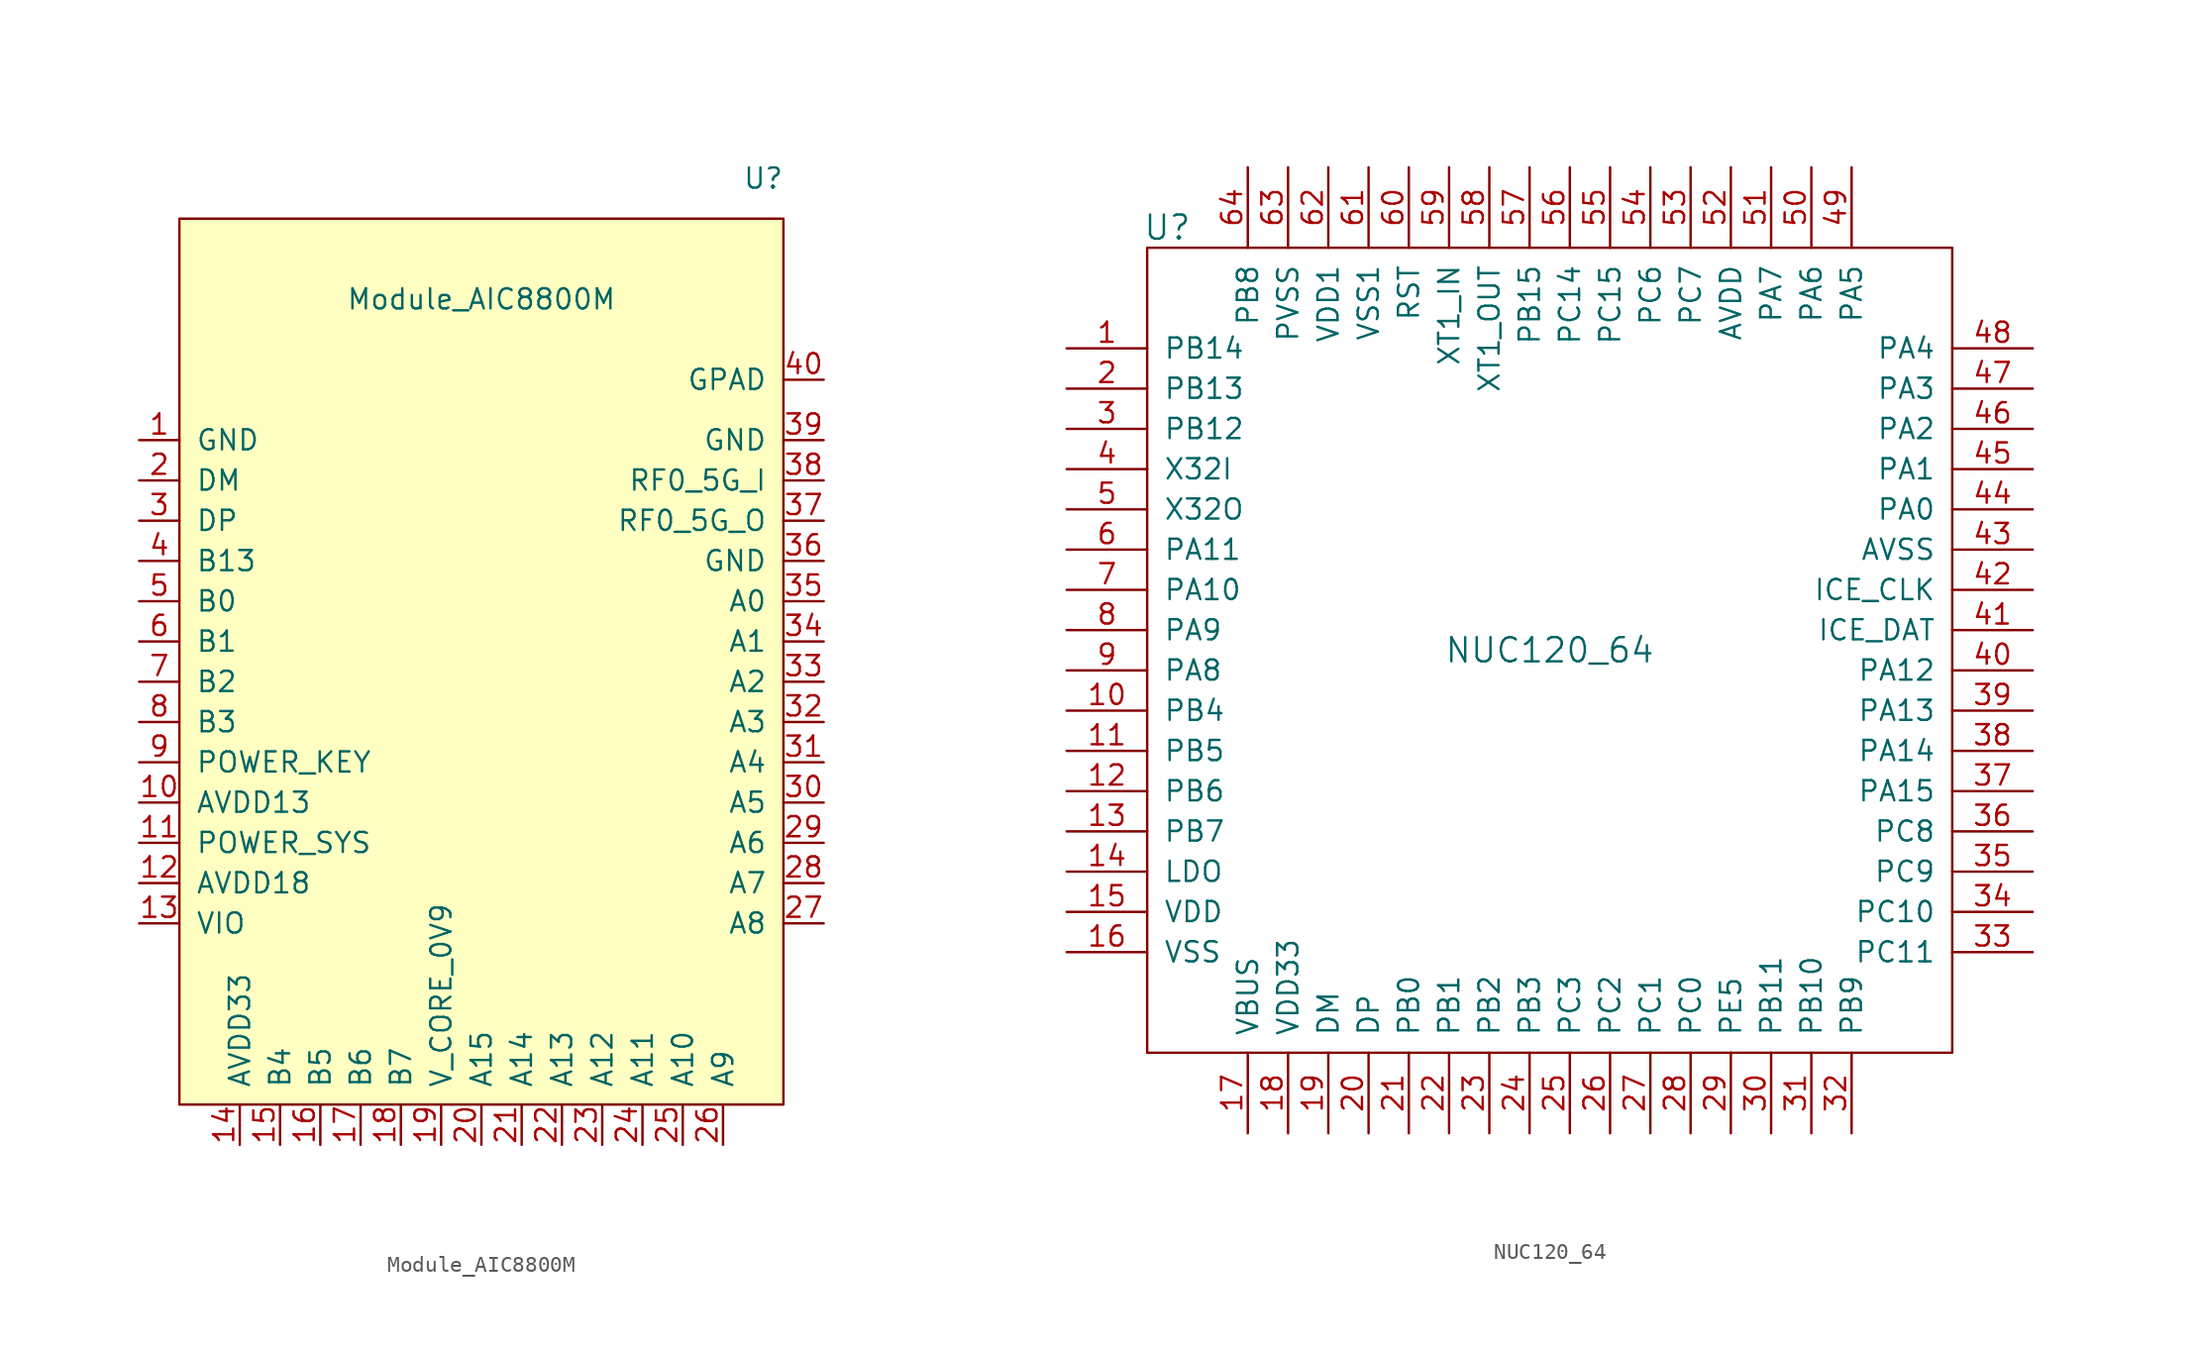
<source format=kicad_sym>
(kicad_symbol_lib
  (version 20211014)
  (generator kicad_symbol_editor)
  (symbol "Module_AIC8800M"
    (pin_names
      (offset 1.016))
    (property "Reference" "U"
      (at 17.78 31.75 0)
      (effects (font (size 1.27 1.27))))
    (property "Value" "Module_AIC8800M"
      (at 0 24.13 0)
      (effects (font (size 1.27 1.27))))
    (symbol "Module_AIC8800M_0_1"
      (rectangle (start 19.05 -26.67) (end -19.05 29.21) (stroke (width 0) (type default) (color 0 0 0 0)) (fill (type background))))
    (symbol "Module_AIC8800M_1_1"
      (pin input line (at -21.59 15.24 0) (length 2.54) (name "GND" (effects (font (size 1.27 1.27)))) (number "1" (effects (font (size 1.27 1.27)))))
      (pin input line (at -21.59 -7.62 0) (length 2.54) (name "AVDD13" (effects (font (size 1.27 1.27)))) (number "10" (effects (font (size 1.27 1.27)))))
      (pin input line (at -21.59 -10.16 0) (length 2.54) (name "POWER_SYS" (effects (font (size 1.27 1.27)))) (number "11" (effects (font (size 1.27 1.27)))))
      (pin input line (at -21.59 -12.7 0) (length 2.54) (name "AVDD18" (effects (font (size 1.27 1.27)))) (number "12" (effects (font (size 1.27 1.27)))))
      (pin input line (at -21.59 -15.24 0) (length 2.54) (name "VIO" (effects (font (size 1.27 1.27)))) (number "13" (effects (font (size 1.27 1.27)))))
      (pin input line (at -15.24 -29.21 90) (length 2.54) (name "AVDD33" (effects (font (size 1.27 1.27)))) (number "14" (effects (font (size 1.27 1.27)))))
      (pin input line (at -12.7 -29.21 90) (length 2.54) (name "B4" (effects (font (size 1.27 1.27)))) (number "15" (effects (font (size 1.27 1.27)))))
      (pin input line (at -10.16 -29.21 90) (length 2.54) (name "B5" (effects (font (size 1.27 1.27)))) (number "16" (effects (font (size 1.27 1.27)))))
      (pin input line (at -7.62 -29.21 90) (length 2.54) (name "B6" (effects (font (size 1.27 1.27)))) (number "17" (effects (font (size 1.27 1.27)))))
      (pin input line (at -5.08 -29.21 90) (length 2.54) (name "B7" (effects (font (size 1.27 1.27)))) (number "18" (effects (font (size 1.27 1.27)))))
      (pin input line (at -2.54 -29.21 90) (length 2.54) (name "V_CORE_0V9" (effects (font (size 1.27 1.27)))) (number "19" (effects (font (size 1.27 1.27)))))
      (pin input line (at -21.59 12.7 0) (length 2.54) (name "DM" (effects (font (size 1.27 1.27)))) (number "2" (effects (font (size 1.27 1.27)))))
      (pin input line (at 0 -29.21 90) (length 2.54) (name "A15" (effects (font (size 1.27 1.27)))) (number "20" (effects (font (size 1.27 1.27)))))
      (pin input line (at 2.54 -29.21 90) (length 2.54) (name "A14" (effects (font (size 1.27 1.27)))) (number "21" (effects (font (size 1.27 1.27)))))
      (pin input line (at 5.08 -29.21 90) (length 2.54) (name "A13" (effects (font (size 1.27 1.27)))) (number "22" (effects (font (size 1.27 1.27)))))
      (pin input line (at 7.62 -29.21 90) (length 2.54) (name "A12" (effects (font (size 1.27 1.27)))) (number "23" (effects (font (size 1.27 1.27)))))
      (pin input line (at 10.16 -29.21 90) (length 2.54) (name "A11" (effects (font (size 1.27 1.27)))) (number "24" (effects (font (size 1.27 1.27)))))
      (pin input line (at 12.7 -29.21 90) (length 2.54) (name "A10" (effects (font (size 1.27 1.27)))) (number "25" (effects (font (size 1.27 1.27)))))
      (pin input line (at 15.24 -29.21 90) (length 2.54) (name "A9" (effects (font (size 1.27 1.27)))) (number "26" (effects (font (size 1.27 1.27)))))
      (pin input line (at 21.59 -15.24 180) (length 2.54) (name "A8" (effects (font (size 1.27 1.27)))) (number "27" (effects (font (size 1.27 1.27)))))
      (pin input line (at 21.59 -12.7 180) (length 2.54) (name "A7" (effects (font (size 1.27 1.27)))) (number "28" (effects (font (size 1.27 1.27)))))
      (pin input line (at 21.59 -10.16 180) (length 2.54) (name "A6" (effects (font (size 1.27 1.27)))) (number "29" (effects (font (size 1.27 1.27)))))
      (pin input line (at -21.59 10.16 0) (length 2.54) (name "DP" (effects (font (size 1.27 1.27)))) (number "3" (effects (font (size 1.27 1.27)))))
      (pin input line (at 21.59 -7.62 180) (length 2.54) (name "A5" (effects (font (size 1.27 1.27)))) (number "30" (effects (font (size 1.27 1.27)))))
      (pin input line (at 21.59 -5.08 180) (length 2.54) (name "A4" (effects (font (size 1.27 1.27)))) (number "31" (effects (font (size 1.27 1.27)))))
      (pin input line (at 21.59 -2.54 180) (length 2.54) (name "A3" (effects (font (size 1.27 1.27)))) (number "32" (effects (font (size 1.27 1.27)))))
      (pin input line (at 21.59 0 180) (length 2.54) (name "A2" (effects (font (size 1.27 1.27)))) (number "33" (effects (font (size 1.27 1.27)))))
      (pin input line (at 21.59 2.54 180) (length 2.54) (name "A1" (effects (font (size 1.27 1.27)))) (number "34" (effects (font (size 1.27 1.27)))))
      (pin input line (at 21.59 5.08 180) (length 2.54) (name "A0" (effects (font (size 1.27 1.27)))) (number "35" (effects (font (size 1.27 1.27)))))
      (pin input line (at 21.59 7.62 180) (length 2.54) (name "GND" (effects (font (size 1.27 1.27)))) (number "36" (effects (font (size 1.27 1.27)))))
      (pin input line (at 21.59 10.16 180) (length 2.54) (name "RF0_5G_O" (effects (font (size 1.27 1.27)))) (number "37" (effects (font (size 1.27 1.27)))))
      (pin input line (at 21.59 12.7 180) (length 2.54) (name "RF0_5G_I" (effects (font (size 1.27 1.27)))) (number "38" (effects (font (size 1.27 1.27)))))
      (pin input line (at 21.59 15.24 180) (length 2.54) (name "GND" (effects (font (size 1.27 1.27)))) (number "39" (effects (font (size 1.27 1.27)))))
      (pin input line (at -21.59 7.62 0) (length 2.54) (name "B13" (effects (font (size 1.27 1.27)))) (number "4" (effects (font (size 1.27 1.27)))))
      (pin input line (at 21.59 19.05 180) (length 2.54) (name "GPAD" (effects (font (size 1.27 1.27)))) (number "40" (effects (font (size 1.27 1.27)))))
      (pin input line (at -21.59 5.08 0) (length 2.54) (name "B0" (effects (font (size 1.27 1.27)))) (number "5" (effects (font (size 1.27 1.27)))))
      (pin input line (at -21.59 2.54 0) (length 2.54) (name "B1" (effects (font (size 1.27 1.27)))) (number "6" (effects (font (size 1.27 1.27)))))
      (pin input line (at -21.59 0 0) (length 2.54) (name "B2" (effects (font (size 1.27 1.27)))) (number "7" (effects (font (size 1.27 1.27)))))
      (pin input line (at -21.59 -2.54 0) (length 2.54) (name "B3" (effects (font (size 1.27 1.27)))) (number "8" (effects (font (size 1.27 1.27)))))
      (pin input line (at -21.59 -5.08 0) (length 2.54) (name "POWER_KEY" (effects (font (size 1.27 1.27)))) (number "9" (effects (font (size 1.27 1.27)))))))
  (symbol "NUC120_64"
    (pin_names
      (offset 1.016))
    (property "Reference" "U"
      (at -24.13 26.67 0)
      (effects (font (size 1.524 1.524))))
    (property "Value" "NUC120_64"
      (at 0 0 0)
      (effects (font (size 1.524 1.524))))
    (symbol "NUC120_64_0_1"
      (rectangle (start -25.4 25.4) (end 25.4 -25.4) (stroke (width 0) (type default) (color 0 0 0 0)) (fill (type none))))
    (symbol "NUC120_64_1_1"
      (pin input line (at -30.48 19.05 0) (length 5.08) (name "PB14" (effects (font (size 1.27 1.27)))) (number "1" (effects (font (size 1.27 1.27)))))
      (pin input line (at -30.48 -3.81 0) (length 5.08) (name "PB4" (effects (font (size 1.27 1.27)))) (number "10" (effects (font (size 1.27 1.27)))))
      (pin input line (at -30.48 -6.35 0) (length 5.08) (name "PB5" (effects (font (size 1.27 1.27)))) (number "11" (effects (font (size 1.27 1.27)))))
      (pin input line (at -30.48 -8.89 0) (length 5.08) (name "PB6" (effects (font (size 1.27 1.27)))) (number "12" (effects (font (size 1.27 1.27)))))
      (pin input line (at -30.48 -11.43 0) (length 5.08) (name "PB7" (effects (font (size 1.27 1.27)))) (number "13" (effects (font (size 1.27 1.27)))))
      (pin input line (at -30.48 -13.97 0) (length 5.08) (name "LDO" (effects (font (size 1.27 1.27)))) (number "14" (effects (font (size 1.27 1.27)))))
      (pin input line (at -30.48 -16.51 0) (length 5.08) (name "VDD" (effects (font (size 1.27 1.27)))) (number "15" (effects (font (size 1.27 1.27)))))
      (pin input line (at -30.48 -19.05 0) (length 5.08) (name "VSS" (effects (font (size 1.27 1.27)))) (number "16" (effects (font (size 1.27 1.27)))))
      (pin input line (at -19.05 -30.48 90) (length 5.08) (name "VBUS" (effects (font (size 1.27 1.27)))) (number "17" (effects (font (size 1.27 1.27)))))
      (pin input line (at -16.51 -30.48 90) (length 5.08) (name "VDD33" (effects (font (size 1.27 1.27)))) (number "18" (effects (font (size 1.27 1.27)))))
      (pin input line (at -13.97 -30.48 90) (length 5.08) (name "DM" (effects (font (size 1.27 1.27)))) (number "19" (effects (font (size 1.27 1.27)))))
      (pin input line (at -30.48 16.51 0) (length 5.08) (name "PB13" (effects (font (size 1.27 1.27)))) (number "2" (effects (font (size 1.27 1.27)))))
      (pin input line (at -11.43 -30.48 90) (length 5.08) (name "DP" (effects (font (size 1.27 1.27)))) (number "20" (effects (font (size 1.27 1.27)))))
      (pin input line (at -8.89 -30.48 90) (length 5.08) (name "PB0" (effects (font (size 1.27 1.27)))) (number "21" (effects (font (size 1.27 1.27)))))
      (pin input line (at -6.35 -30.48 90) (length 5.08) (name "PB1" (effects (font (size 1.27 1.27)))) (number "22" (effects (font (size 1.27 1.27)))))
      (pin input line (at -3.81 -30.48 90) (length 5.08) (name "PB2" (effects (font (size 1.27 1.27)))) (number "23" (effects (font (size 1.27 1.27)))))
      (pin input line (at -1.27 -30.48 90) (length 5.08) (name "PB3" (effects (font (size 1.27 1.27)))) (number "24" (effects (font (size 1.27 1.27)))))
      (pin input line (at 1.27 -30.48 90) (length 5.08) (name "PC3" (effects (font (size 1.27 1.27)))) (number "25" (effects (font (size 1.27 1.27)))))
      (pin input line (at 3.81 -30.48 90) (length 5.08) (name "PC2" (effects (font (size 1.27 1.27)))) (number "26" (effects (font (size 1.27 1.27)))))
      (pin input line (at 6.35 -30.48 90) (length 5.08) (name "PC1" (effects (font (size 1.27 1.27)))) (number "27" (effects (font (size 1.27 1.27)))))
      (pin input line (at 8.89 -30.48 90) (length 5.08) (name "PC0" (effects (font (size 1.27 1.27)))) (number "28" (effects (font (size 1.27 1.27)))))
      (pin input line (at 11.43 -30.48 90) (length 5.08) (name "PE5" (effects (font (size 1.27 1.27)))) (number "29" (effects (font (size 1.27 1.27)))))
      (pin input line (at -30.48 13.97 0) (length 5.08) (name "PB12" (effects (font (size 1.27 1.27)))) (number "3" (effects (font (size 1.27 1.27)))))
      (pin input line (at 13.97 -30.48 90) (length 5.08) (name "PB11" (effects (font (size 1.27 1.27)))) (number "30" (effects (font (size 1.27 1.27)))))
      (pin input line (at 16.51 -30.48 90) (length 5.08) (name "PB10" (effects (font (size 1.27 1.27)))) (number "31" (effects (font (size 1.27 1.27)))))
      (pin input line (at 19.05 -30.48 90) (length 5.08) (name "PB9" (effects (font (size 1.27 1.27)))) (number "32" (effects (font (size 1.27 1.27)))))
      (pin input line (at 30.48 -19.05 180) (length 5.08) (name "PC11" (effects (font (size 1.27 1.27)))) (number "33" (effects (font (size 1.27 1.27)))))
      (pin input line (at 30.48 -16.51 180) (length 5.08) (name "PC10" (effects (font (size 1.27 1.27)))) (number "34" (effects (font (size 1.27 1.27)))))
      (pin input line (at 30.48 -13.97 180) (length 5.08) (name "PC9" (effects (font (size 1.27 1.27)))) (number "35" (effects (font (size 1.27 1.27)))))
      (pin input line (at 30.48 -11.43 180) (length 5.08) (name "PC8" (effects (font (size 1.27 1.27)))) (number "36" (effects (font (size 1.27 1.27)))))
      (pin input line (at 30.48 -8.89 180) (length 5.08) (name "PA15" (effects (font (size 1.27 1.27)))) (number "37" (effects (font (size 1.27 1.27)))))
      (pin input line (at 30.48 -6.35 180) (length 5.08) (name "PA14" (effects (font (size 1.27 1.27)))) (number "38" (effects (font (size 1.27 1.27)))))
      (pin input line (at 30.48 -3.81 180) (length 5.08) (name "PA13" (effects (font (size 1.27 1.27)))) (number "39" (effects (font (size 1.27 1.27)))))
      (pin input line (at -30.48 11.43 0) (length 5.08) (name "X32I" (effects (font (size 1.27 1.27)))) (number "4" (effects (font (size 1.27 1.27)))))
      (pin input line (at 30.48 -1.27 180) (length 5.08) (name "PA12" (effects (font (size 1.27 1.27)))) (number "40" (effects (font (size 1.27 1.27)))))
      (pin input line (at 30.48 1.27 180) (length 5.08) (name "ICE_DAT" (effects (font (size 1.27 1.27)))) (number "41" (effects (font (size 1.27 1.27)))))
      (pin input line (at 30.48 3.81 180) (length 5.08) (name "ICE_CLK" (effects (font (size 1.27 1.27)))) (number "42" (effects (font (size 1.27 1.27)))))
      (pin input line (at 30.48 6.35 180) (length 5.08) (name "AVSS" (effects (font (size 1.27 1.27)))) (number "43" (effects (font (size 1.27 1.27)))))
      (pin input line (at 30.48 8.89 180) (length 5.08) (name "PA0" (effects (font (size 1.27 1.27)))) (number "44" (effects (font (size 1.27 1.27)))))
      (pin input line (at 30.48 11.43 180) (length 5.08) (name "PA1" (effects (font (size 1.27 1.27)))) (number "45" (effects (font (size 1.27 1.27)))))
      (pin input line (at 30.48 13.97 180) (length 5.08) (name "PA2" (effects (font (size 1.27 1.27)))) (number "46" (effects (font (size 1.27 1.27)))))
      (pin input line (at 30.48 16.51 180) (length 5.08) (name "PA3" (effects (font (size 1.27 1.27)))) (number "47" (effects (font (size 1.27 1.27)))))
      (pin input line (at 30.48 19.05 180) (length 5.08) (name "PA4" (effects (font (size 1.27 1.27)))) (number "48" (effects (font (size 1.27 1.27)))))
      (pin input line (at 19.05 30.48 270) (length 5.08) (name "PA5" (effects (font (size 1.27 1.27)))) (number "49" (effects (font (size 1.27 1.27)))))
      (pin input line (at -30.48 8.89 0) (length 5.08) (name "X32O" (effects (font (size 1.27 1.27)))) (number "5" (effects (font (size 1.27 1.27)))))
      (pin input line (at 16.51 30.48 270) (length 5.08) (name "PA6" (effects (font (size 1.27 1.27)))) (number "50" (effects (font (size 1.27 1.27)))))
      (pin input line (at 13.97 30.48 270) (length 5.08) (name "PA7" (effects (font (size 1.27 1.27)))) (number "51" (effects (font (size 1.27 1.27)))))
      (pin input line (at 11.43 30.48 270) (length 5.08) (name "AVDD" (effects (font (size 1.27 1.27)))) (number "52" (effects (font (size 1.27 1.27)))))
      (pin input line (at 8.89 30.48 270) (length 5.08) (name "PC7" (effects (font (size 1.27 1.27)))) (number "53" (effects (font (size 1.27 1.27)))))
      (pin input line (at 6.35 30.48 270) (length 5.08) (name "PC6" (effects (font (size 1.27 1.27)))) (number "54" (effects (font (size 1.27 1.27)))))
      (pin input line (at 3.81 30.48 270) (length 5.08) (name "PC15" (effects (font (size 1.27 1.27)))) (number "55" (effects (font (size 1.27 1.27)))))
      (pin input line (at 1.27 30.48 270) (length 5.08) (name "PC14" (effects (font (size 1.27 1.27)))) (number "56" (effects (font (size 1.27 1.27)))))
      (pin input line (at -1.27 30.48 270) (length 5.08) (name "PB15" (effects (font (size 1.27 1.27)))) (number "57" (effects (font (size 1.27 1.27)))))
      (pin input line (at -3.81 30.48 270) (length 5.08) (name "XT1_OUT" (effects (font (size 1.27 1.27)))) (number "58" (effects (font (size 1.27 1.27)))))
      (pin input line (at -6.35 30.48 270) (length 5.08) (name "XT1_IN" (effects (font (size 1.27 1.27)))) (number "59" (effects (font (size 1.27 1.27)))))
      (pin input line (at -30.48 6.35 0) (length 5.08) (name "PA11" (effects (font (size 1.27 1.27)))) (number "6" (effects (font (size 1.27 1.27)))))
      (pin input line (at -8.89 30.48 270) (length 5.08) (name "RST" (effects (font (size 1.27 1.27)))) (number "60" (effects (font (size 1.27 1.27)))))
      (pin input line (at -11.43 30.48 270) (length 5.08) (name "VSS1" (effects (font (size 1.27 1.27)))) (number "61" (effects (font (size 1.27 1.27)))))
      (pin input line (at -13.97 30.48 270) (length 5.08) (name "VDD1" (effects (font (size 1.27 1.27)))) (number "62" (effects (font (size 1.27 1.27)))))
      (pin input line (at -16.51 30.48 270) (length 5.08) (name "PVSS" (effects (font (size 1.27 1.27)))) (number "63" (effects (font (size 1.27 1.27)))))
      (pin input line (at -19.05 30.48 270) (length 5.08) (name "PB8" (effects (font (size 1.27 1.27)))) (number "64" (effects (font (size 1.27 1.27)))))
      (pin input line (at -30.48 3.81 0) (length 5.08) (name "PA10" (effects (font (size 1.27 1.27)))) (number "7" (effects (font (size 1.27 1.27)))))
      (pin input line (at -30.48 1.27 0) (length 5.08) (name "PA9" (effects (font (size 1.27 1.27)))) (number "8" (effects (font (size 1.27 1.27)))))
      (pin input line (at -30.48 -1.27 0) (length 5.08) (name "PA8" (effects (font (size 1.27 1.27)))) (number "9" (effects (font (size 1.27 1.27))))))))
</source>
